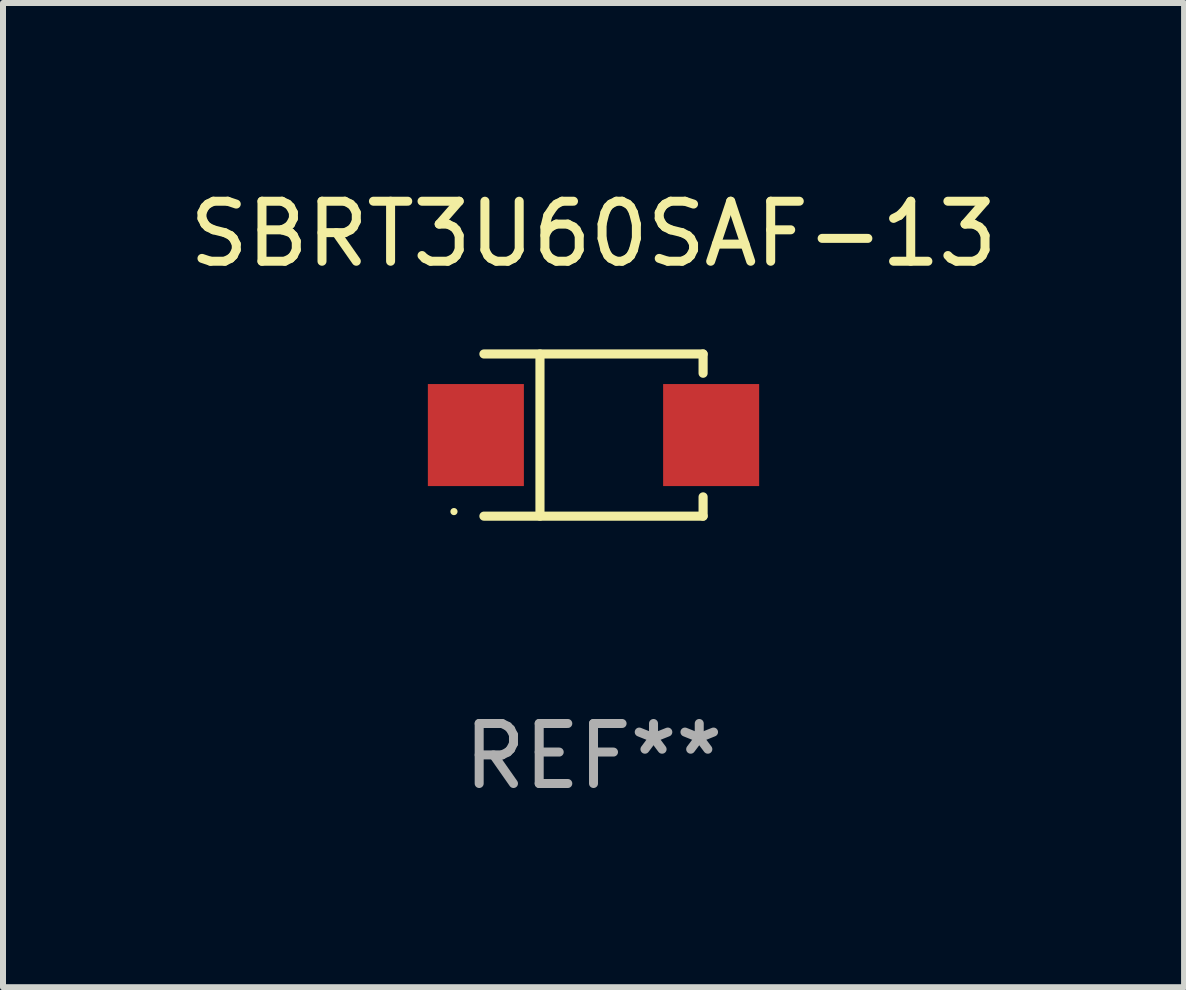
<source format=kicad_pcb>
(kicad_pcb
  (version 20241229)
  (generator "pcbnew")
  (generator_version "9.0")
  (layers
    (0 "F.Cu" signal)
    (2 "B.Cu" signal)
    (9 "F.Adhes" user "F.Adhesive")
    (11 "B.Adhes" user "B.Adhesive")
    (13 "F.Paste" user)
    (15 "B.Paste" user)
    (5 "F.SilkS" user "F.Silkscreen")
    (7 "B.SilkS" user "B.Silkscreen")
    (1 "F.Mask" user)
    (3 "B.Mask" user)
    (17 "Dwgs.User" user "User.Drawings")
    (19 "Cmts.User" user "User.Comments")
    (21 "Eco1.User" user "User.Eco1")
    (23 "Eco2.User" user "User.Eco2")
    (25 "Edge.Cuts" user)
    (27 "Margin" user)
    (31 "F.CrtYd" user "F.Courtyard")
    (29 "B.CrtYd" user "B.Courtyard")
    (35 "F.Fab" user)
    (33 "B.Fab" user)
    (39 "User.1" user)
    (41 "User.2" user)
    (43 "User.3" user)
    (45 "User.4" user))
  (footprint "SBRT3U60SAF-13"
    (layer "F.Cu")
    (at 6.839 4.199)
    (property "Reference" "SBRT3U60SAF-13" (at 0 -3.351 0) (layer "F.SilkS") (effects (font (size 1 1) (thickness 0.15))))
    (attr through_hole)
    (fp_line (start -1.826 -1.351) (end 1.826 -1.351) (stroke (width 0.152) (type solid)) (layer "F.SilkS"))
    (fp_line (start -1.826 1.351) (end 1.826 1.351) (stroke (width 0.152) (type solid)) (layer "F.SilkS"))
    (fp_line (start -0.892 -1.351) (end -0.892 1.351) (stroke (width 0.152) (type solid)) (layer "F.SilkS"))
    (fp_line (start 1.826 -1.351) (end 1.826 -1.03) (stroke (width 0.152) (type solid)) (layer "F.SilkS"))
    (fp_line (start 1.826 1.03) (end 1.826 1.351) (stroke (width 0.152) (type solid)) (layer "F.SilkS"))
    (fp_circle (center -2.325 1.275) (end -2.295 1.275) (stroke (width 0.06) (type solid)) (fill no) (layer "F.SilkS"))
    (fp_text user "REF**" (at 0 5.351 0) (layer "F.Fab") (effects (font (size 1 1) (thickness 0.15))))
    (pad "1" smd rect (at -1.96 0 180) (size 1.6 1.7) (layers "F.Cu" "F.Mask" "F.Paste"))
    (pad "2" smd rect (at 1.96 0 180) (size 1.6 1.7) (layers "F.Cu" "F.Mask" "F.Paste")))
  (gr_rect
    (start -3 -3)
    (end 16.679 13.399)
    (stroke (width 0.1) (type default))
    (fill no)
    (layer "Edge.Cuts")))
</source>
